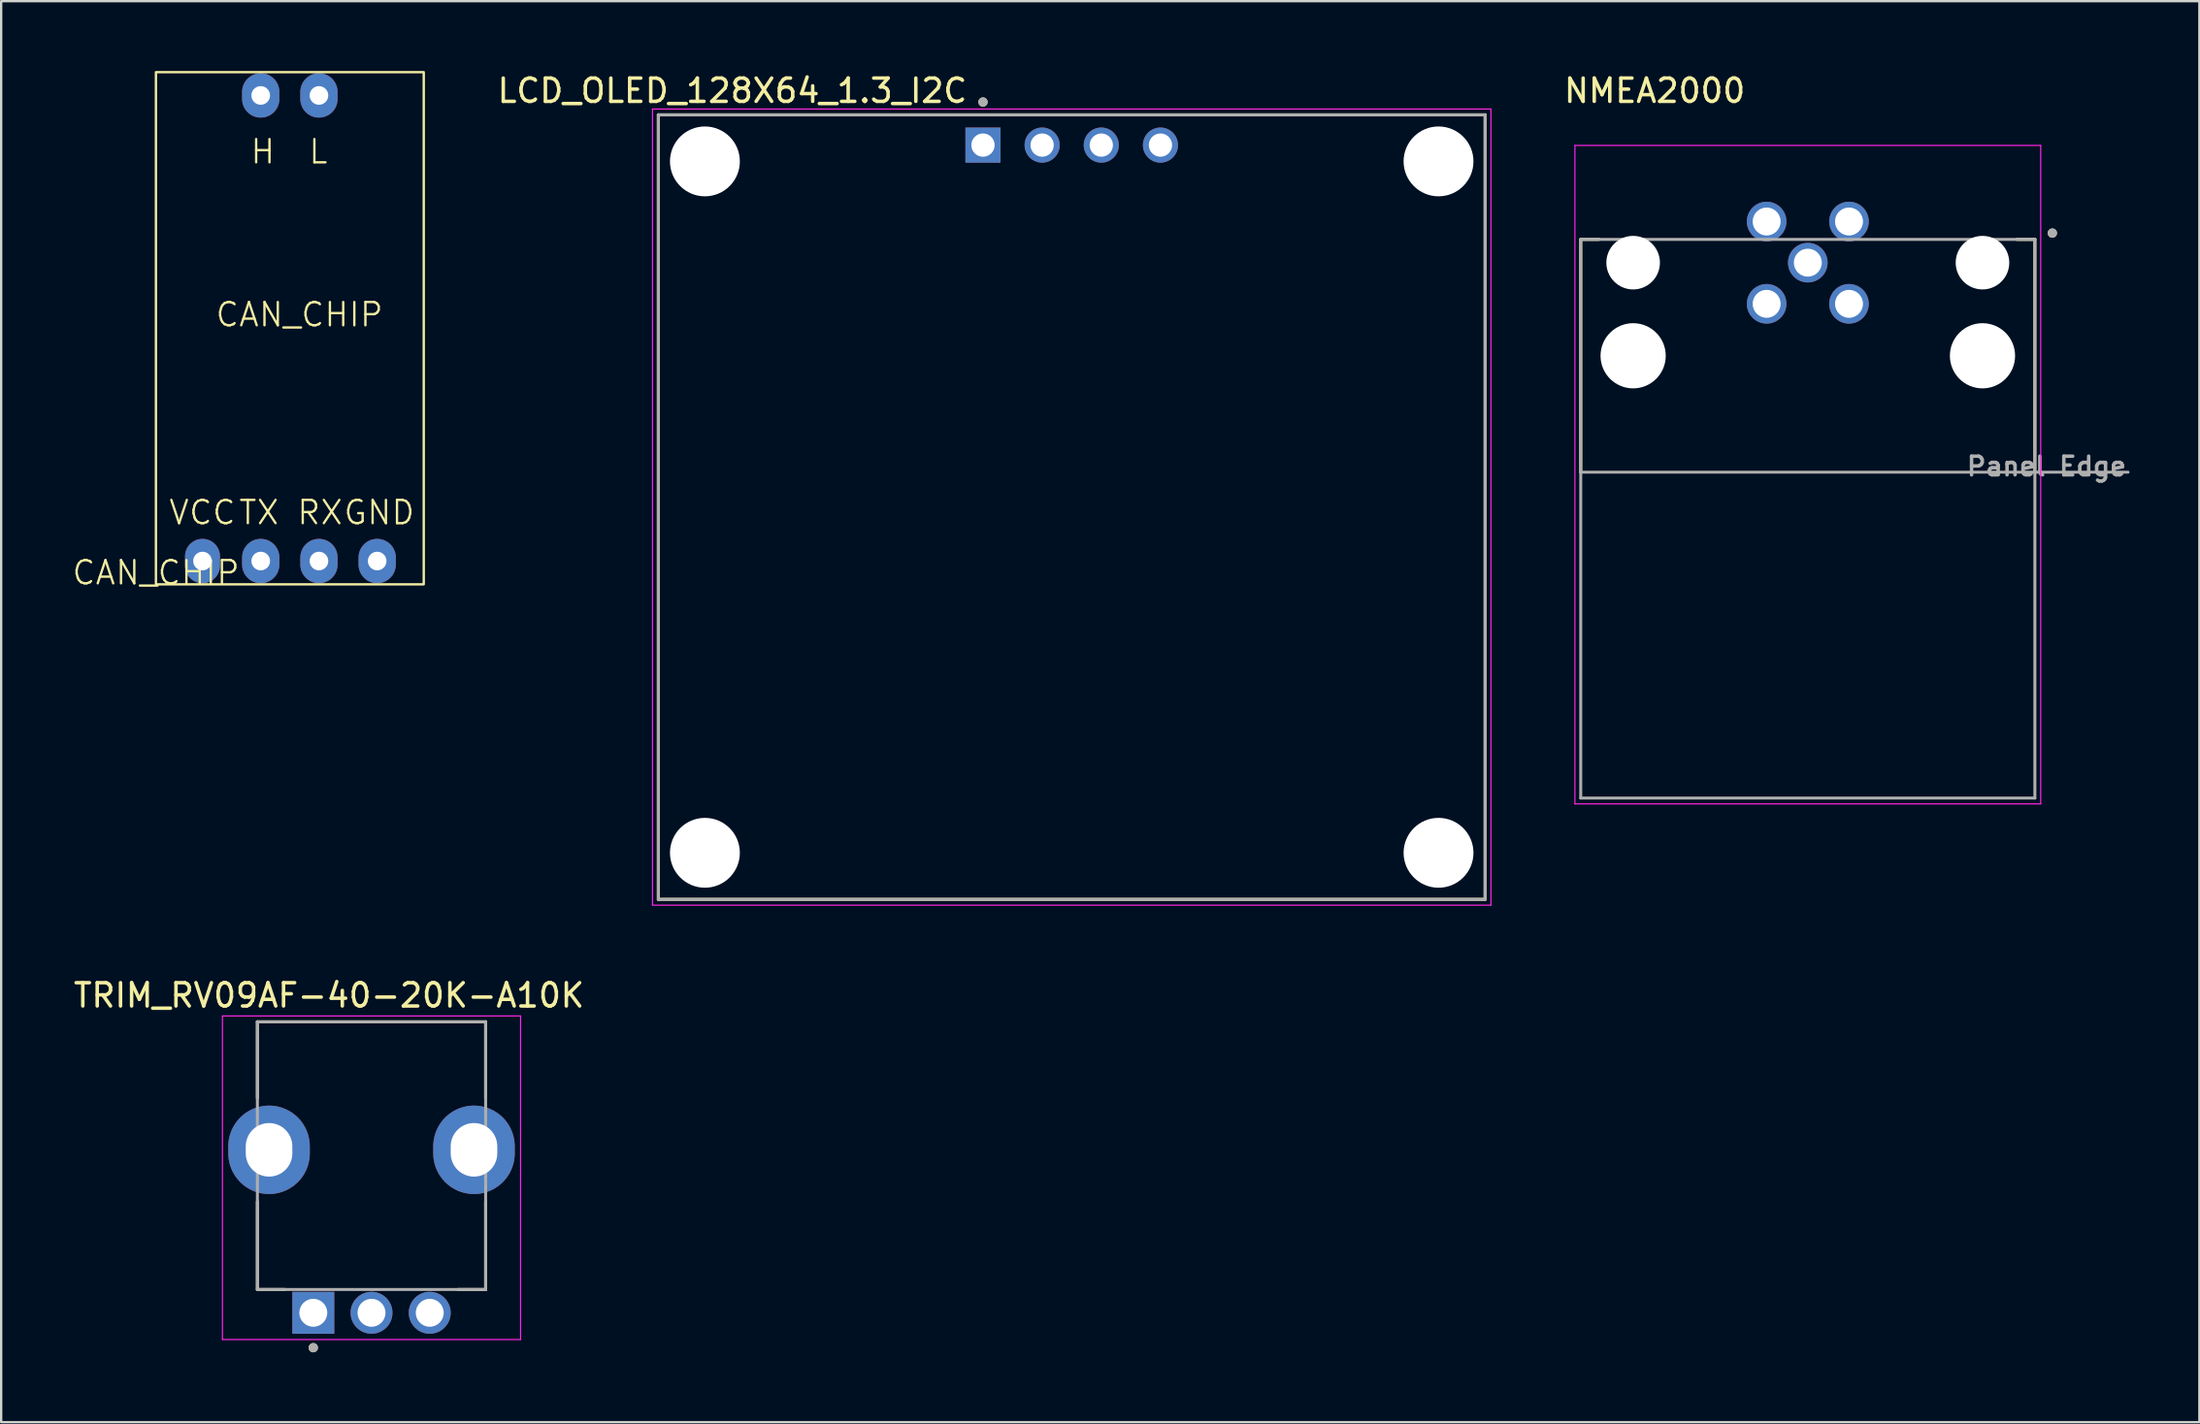
<source format=kicad_pcb>
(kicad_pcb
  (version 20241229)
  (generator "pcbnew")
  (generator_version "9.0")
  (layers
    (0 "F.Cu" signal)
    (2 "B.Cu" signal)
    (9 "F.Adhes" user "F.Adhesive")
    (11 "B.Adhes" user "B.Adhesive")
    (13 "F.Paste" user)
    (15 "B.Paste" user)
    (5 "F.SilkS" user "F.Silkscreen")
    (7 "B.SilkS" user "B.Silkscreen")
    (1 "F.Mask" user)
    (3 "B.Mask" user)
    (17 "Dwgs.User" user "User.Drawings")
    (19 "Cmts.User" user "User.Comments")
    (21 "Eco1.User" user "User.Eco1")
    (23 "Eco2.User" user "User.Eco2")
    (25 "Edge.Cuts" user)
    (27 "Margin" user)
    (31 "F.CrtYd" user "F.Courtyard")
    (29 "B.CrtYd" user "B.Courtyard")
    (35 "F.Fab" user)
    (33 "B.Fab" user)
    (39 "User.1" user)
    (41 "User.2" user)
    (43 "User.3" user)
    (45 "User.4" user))
  (footprint "LCD_OLED_128X64_1.3_I2C"
    (layer "F.Cu")
    (at 42.967 18.733)
    (property "Reference" "LCD_OLED_128X64_1.3_I2C" (at -14.575 -17.885 0) (layer "F.SilkS") (effects (font (size 1 1) (thickness 0.15))))
    (attr through_hole)
    (fp_line (start -17.75 -16.85) (end 17.75 -16.85) (stroke (width 0.127) (type solid)) (layer "F.SilkS"))
    (fp_line (start -17.75 16.85) (end -17.75 -16.85) (stroke (width 0.127) (type solid)) (layer "F.SilkS"))
    (fp_line (start 17.75 -16.85) (end 17.75 16.85) (stroke (width 0.127) (type solid)) (layer "F.SilkS"))
    (fp_line (start 17.75 16.85) (end -17.75 16.85) (stroke (width 0.127) (type solid)) (layer "F.SilkS"))
    (fp_circle (center -3.81 -17.4) (end -3.71 -17.4) (stroke (width 0.2) (type solid)) (fill no) (layer "F.SilkS"))
    (fp_line (start -18 -17.1) (end -18 17.1) (stroke (width 0.05) (type solid)) (layer "F.CrtYd"))
    (fp_line (start -18 17.1) (end 18 17.1) (stroke (width 0.05) (type solid)) (layer "F.CrtYd"))
    (fp_line (start 18 -17.1) (end -18 -17.1) (stroke (width 0.05) (type solid)) (layer "F.CrtYd"))
    (fp_line (start 18 17.1) (end 18 -17.1) (stroke (width 0.05) (type solid)) (layer "F.CrtYd"))
    (fp_line (start -17.75 -16.85) (end 17.75 -16.85) (stroke (width 0.127) (type solid)) (layer "F.Fab"))
    (fp_line (start -17.75 16.85) (end -17.75 -16.85) (stroke (width 0.127) (type solid)) (layer "F.Fab"))
    (fp_line (start 17.75 -16.85) (end 17.75 16.85) (stroke (width 0.127) (type solid)) (layer "F.Fab"))
    (fp_line (start 17.75 16.85) (end -17.75 16.85) (stroke (width 0.127) (type solid)) (layer "F.Fab"))
    (fp_circle (center -3.81 -17.4) (end -3.71 -17.4) (stroke (width 0.2) (type solid)) (fill no) (layer "F.Fab"))
    (pad "" np_thru_hole circle (at -15.75 -14.85) (size 3 3) (drill 3) (layers "*.Cu" "*.Mask"))
    (pad "" np_thru_hole circle (at -15.75 14.85) (size 3 3) (drill 3) (layers "*.Cu" "*.Mask"))
    (pad "" np_thru_hole circle (at 15.75 -14.85) (size 3 3) (drill 3) (layers "*.Cu" "*.Mask"))
    (pad "" np_thru_hole circle (at 15.75 14.85) (size 3 3) (drill 3) (layers "*.Cu" "*.Mask"))
    (pad "1" thru_hole rect (at -3.81 -15.55) (size 1.508 1.508) (drill 1) (layers "*.Cu" "*.Mask"))
    (pad "2" thru_hole circle (at -1.27 -15.55) (size 1.508 1.508) (drill 1) (layers "*.Cu" "*.Mask"))
    (pad "3" thru_hole circle (at 1.27 -15.55) (size 1.508 1.508) (drill 1) (layers "*.Cu" "*.Mask"))
    (pad "4" thru_hole circle (at 3.81 -15.55) (size 1.508 1.508) (drill 1) (layers "*.Cu" "*.Mask")))
  (footprint "TRIM_RV09AF-40-20K-A10K"
    (layer "F.Cu")
    (at 12.902 46.342)
    (property "Reference" "TRIM_RV09AF-40-20K-A10K" (at -1.825 -6.635 0) (layer "F.SilkS") (effects (font (size 1 1) (thickness 0.15))))
    (attr through_hole)
    (fp_line (start -4.9 -5.5) (end 4.9 -5.5) (stroke (width 0.127) (type solid)) (layer "F.SilkS"))
    (fp_line (start -4.9 -2.22) (end -4.9 -5.5) (stroke (width 0.127) (type solid)) (layer "F.SilkS"))
    (fp_line (start -4.9 2.22) (end -4.9 6) (stroke (width 0.127) (type solid)) (layer "F.SilkS"))
    (fp_line (start -4.9 6) (end -3.72 6) (stroke (width 0.127) (type solid)) (layer "F.SilkS"))
    (fp_line (start 3.72 6) (end 4.9 6) (stroke (width 0.127) (type solid)) (layer "F.SilkS"))
    (fp_line (start 4.9 -5.5) (end 4.9 -2.22) (stroke (width 0.127) (type solid)) (layer "F.SilkS"))
    (fp_line (start 4.9 6) (end 4.9 2.22) (stroke (width 0.127) (type solid)) (layer "F.SilkS"))
    (fp_circle (center -2.5 8.5) (end -2.4 8.5) (stroke (width 0.2) (type solid)) (fill no) (layer "F.SilkS"))
    (fp_line (start -6.4 -5.75) (end 6.4 -5.75) (stroke (width 0.05) (type solid)) (layer "F.CrtYd"))
    (fp_line (start -6.4 8.15) (end -6.4 -5.75) (stroke (width 0.05) (type solid)) (layer "F.CrtYd"))
    (fp_line (start 6.4 -5.75) (end 6.4 8.15) (stroke (width 0.05) (type solid)) (layer "F.CrtYd"))
    (fp_line (start 6.4 8.15) (end -6.4 8.15) (stroke (width 0.05) (type solid)) (layer "F.CrtYd"))
    (fp_line (start -4.9 -5.5) (end -4.9 6) (stroke (width 0.127) (type solid)) (layer "F.Fab"))
    (fp_line (start -4.9 6) (end 4.9 6) (stroke (width 0.127) (type solid)) (layer "F.Fab"))
    (fp_line (start 4.9 -5.5) (end -4.9 -5.5) (stroke (width 0.127) (type solid)) (layer "F.Fab"))
    (fp_line (start 4.9 6) (end 4.9 -5.5) (stroke (width 0.127) (type solid)) (layer "F.Fab"))
    (fp_circle (center -2.5 8.5) (end -2.4 8.5) (stroke (width 0.2) (type solid)) (fill no) (layer "F.Fab"))
    (pad "1" thru_hole rect (at -2.5 7) (size 1.8 1.8) (drill 1.2) (layers "*.Cu" "*.Mask"))
    (pad "2" thru_hole circle (at 0 7) (size 1.8 1.8) (drill 1.2) (layers "*.Cu" "*.Mask"))
    (pad "3" thru_hole circle (at 2.5 7) (size 1.8 1.8) (drill 1.2) (layers "*.Cu" "*.Mask"))
    (pad "SH1" thru_hole oval (at -4.4 0) (size 3.5 3.8) (drill oval 2 2.3) (layers "*.Cu" "*.Mask"))
    (pad "SH2" thru_hole oval (at 4.4 0) (size 3.5 3.8) (drill oval 2 2.3) (layers "*.Cu" "*.Mask")))
  (footprint "CAN_CHIP"
    (layer "F.Cu")
    (at 3.645 22.05)
    (property "Reference" "CAN_CHIP" (at 0 -0.5 0) (unlocked yes) (layer "F.SilkS") (effects (font (size 1 1) (thickness 0.1))))
    (attr smd)
    (fp_rect (start 0 -22) (end 11.5 0) (stroke (width 0.1) (type default)) (fill no) (layer "F.SilkS"))
    (fp_text user "L" (at 6.5 -18 0) (unlocked yes) (layer "F.SilkS") (effects (font (size 1 1) (thickness 0.1)) (justify left bottom)))
    (fp_text user "VCC" (at 0.5 -2.5 0) (unlocked yes) (layer "F.SilkS") (effects (font (size 1 1) (thickness 0.1)) (justify left bottom)))
    (fp_text user "H" (at 4 -18 0) (unlocked yes) (layer "F.SilkS") (effects (font (size 1 1) (thickness 0.1)) (justify left bottom)))
    (fp_text user "RX" (at 6 -2.5 0) (unlocked yes) (layer "F.SilkS") (effects (font (size 1 1) (thickness 0.1)) (justify left bottom)))
    (fp_text user "CAN_CHIP" (at 2.5 -11 0) (unlocked yes) (layer "F.SilkS") (effects (font (size 1 1) (thickness 0.1)) (justify left bottom)))
    (fp_text user "GND" (at 8 -2.5 0) (unlocked yes) (layer "F.SilkS") (effects (font (size 1 1) (thickness 0.1)) (justify left bottom)))
    (fp_text user "TX" (at 3.5 -2.5 0) (unlocked yes) (layer "F.SilkS") (effects (font (size 1 1) (thickness 0.1)) (justify left bottom)))
    (pad "1" thru_hole oval (at 2 -1) (size 1.5 1.905) (drill 0.8) (layers "*.Cu" "*.Mask"))
    (pad "2" thru_hole oval (at 4.5 -1) (size 1.6 1.905) (drill 0.8) (layers "*.Cu" "*.Mask"))
    (pad "3" thru_hole oval (at 7 -1) (size 1.6 1.905) (drill 0.8) (layers "*.Cu" "*.Mask"))
    (pad "4" thru_hole oval (at 9.5 -1) (size 1.6 1.905) (drill 0.8) (layers "*.Cu" "*.Mask"))
    (pad "5" thru_hole oval (at 4.5 -21) (size 1.6 1.905) (drill 0.8) (layers "*.Cu" "*.Mask"))
    (pad "6" thru_hole oval (at 7 -21) (size 1.6 1.905) (drill 0.8) (layers "*.Cu" "*.Mask")))
  (footprint "NMEA2000"
    (layer "F.Cu")
    (at 74.573 8.233)
    (property "Reference" "NMEA2000" (at -6.575 -7.385 0) (layer "F.SilkS") (effects (font (size 1 1) (thickness 0.15))))
    (attr through_hole)
    (fp_line (start -9.75 -1) (end -8.97 -1) (stroke (width 0.127) (type solid)) (layer "F.SilkS"))
    (fp_line (start -9.75 9) (end -9.75 -1) (stroke (width 0.127) (type solid)) (layer "F.SilkS"))
    (fp_line (start 9.75 -1) (end 8.97 -1) (stroke (width 0.127) (type solid)) (layer "F.SilkS"))
    (fp_line (start 9.75 9) (end 9.75 -1) (stroke (width 0.127) (type solid)) (layer "F.SilkS"))
    (fp_circle (center 10.5 -1.27) (end 10.6 -1.27) (stroke (width 0.2) (type solid)) (fill no) (layer "F.SilkS"))
    (fp_line (start -10 -5.035) (end -10 23.25) (stroke (width 0.05) (type solid)) (layer "F.CrtYd"))
    (fp_line (start -10 23.25) (end 10 23.25) (stroke (width 0.05) (type solid)) (layer "F.CrtYd"))
    (fp_line (start 10 -5.035) (end -10 -5.035) (stroke (width 0.05) (type solid)) (layer "F.CrtYd"))
    (fp_line (start 10 23.25) (end 10 -5.035) (stroke (width 0.05) (type solid)) (layer "F.CrtYd"))
    (fp_line (start -9.75 -1) (end 9.75 -1) (stroke (width 0.127) (type solid)) (layer "F.Fab"))
    (fp_line (start -9.75 9) (end -9.75 -1) (stroke (width 0.127) (type solid)) (layer "F.Fab"))
    (fp_line (start -9.75 9) (end 13.75 9) (stroke (width 0.127) (type solid)) (layer "F.Fab"))
    (fp_line (start -9.75 23) (end -9.75 9) (stroke (width 0.127) (type solid)) (layer "F.Fab"))
    (fp_line (start 9.75 -1) (end 9.75 23) (stroke (width 0.127) (type solid)) (layer "F.Fab"))
    (fp_line (start 9.75 23) (end -9.75 23) (stroke (width 0.127) (type solid)) (layer "F.Fab"))
    (fp_circle (center 10.5 -1.27) (end 10.6 -1.27) (stroke (width 0.2) (type solid)) (fill no) (layer "F.Fab"))
    (fp_text user "Panel Edge" (at 10.25 8.75 0) (layer "F.Fab") (effects (font (size 0.8 0.8) (thickness 0.15))))
    (pad "" np_thru_hole circle (at -7.5 0) (size 2.3 2.3) (drill 2.3) (layers "*.Cu" "*.Mask"))
    (pad "" np_thru_hole circle (at -7.5 4) (size 2.8 2.8) (drill 2.8) (layers "*.Cu" "*.Mask"))
    (pad "" np_thru_hole circle (at 7.5 0) (size 2.3 2.3) (drill 2.3) (layers "*.Cu" "*.Mask"))
    (pad "" np_thru_hole circle (at 7.5 4) (size 2.8 2.8) (drill 2.8) (layers "*.Cu" "*.Mask"))
    (pad "1" thru_hole circle (at 1.768 -1.768) (size 1.7 1.7) (drill 1.2) (layers "*.Cu" "*.Mask"))
    (pad "2" thru_hole circle (at -1.768 -1.768) (size 1.7 1.7) (drill 1.2) (layers "*.Cu" "*.Mask"))
    (pad "3" thru_hole circle (at -1.768 1.768) (size 1.7 1.7) (drill 1.2) (layers "*.Cu" "*.Mask"))
    (pad "4" thru_hole circle (at 1.768 1.768) (size 1.7 1.7) (drill 1.2) (layers "*.Cu" "*.Mask"))
    (pad "5" thru_hole circle (at 0 0) (size 1.7 1.7) (drill 1.2) (layers "*.Cu" "*.Mask")))
  (gr_rect
    (start -3 -3)
    (end 91.386 58.041)
    (stroke (width 0.1) (type default))
    (fill no)
    (layer "Edge.Cuts")))
</source>
